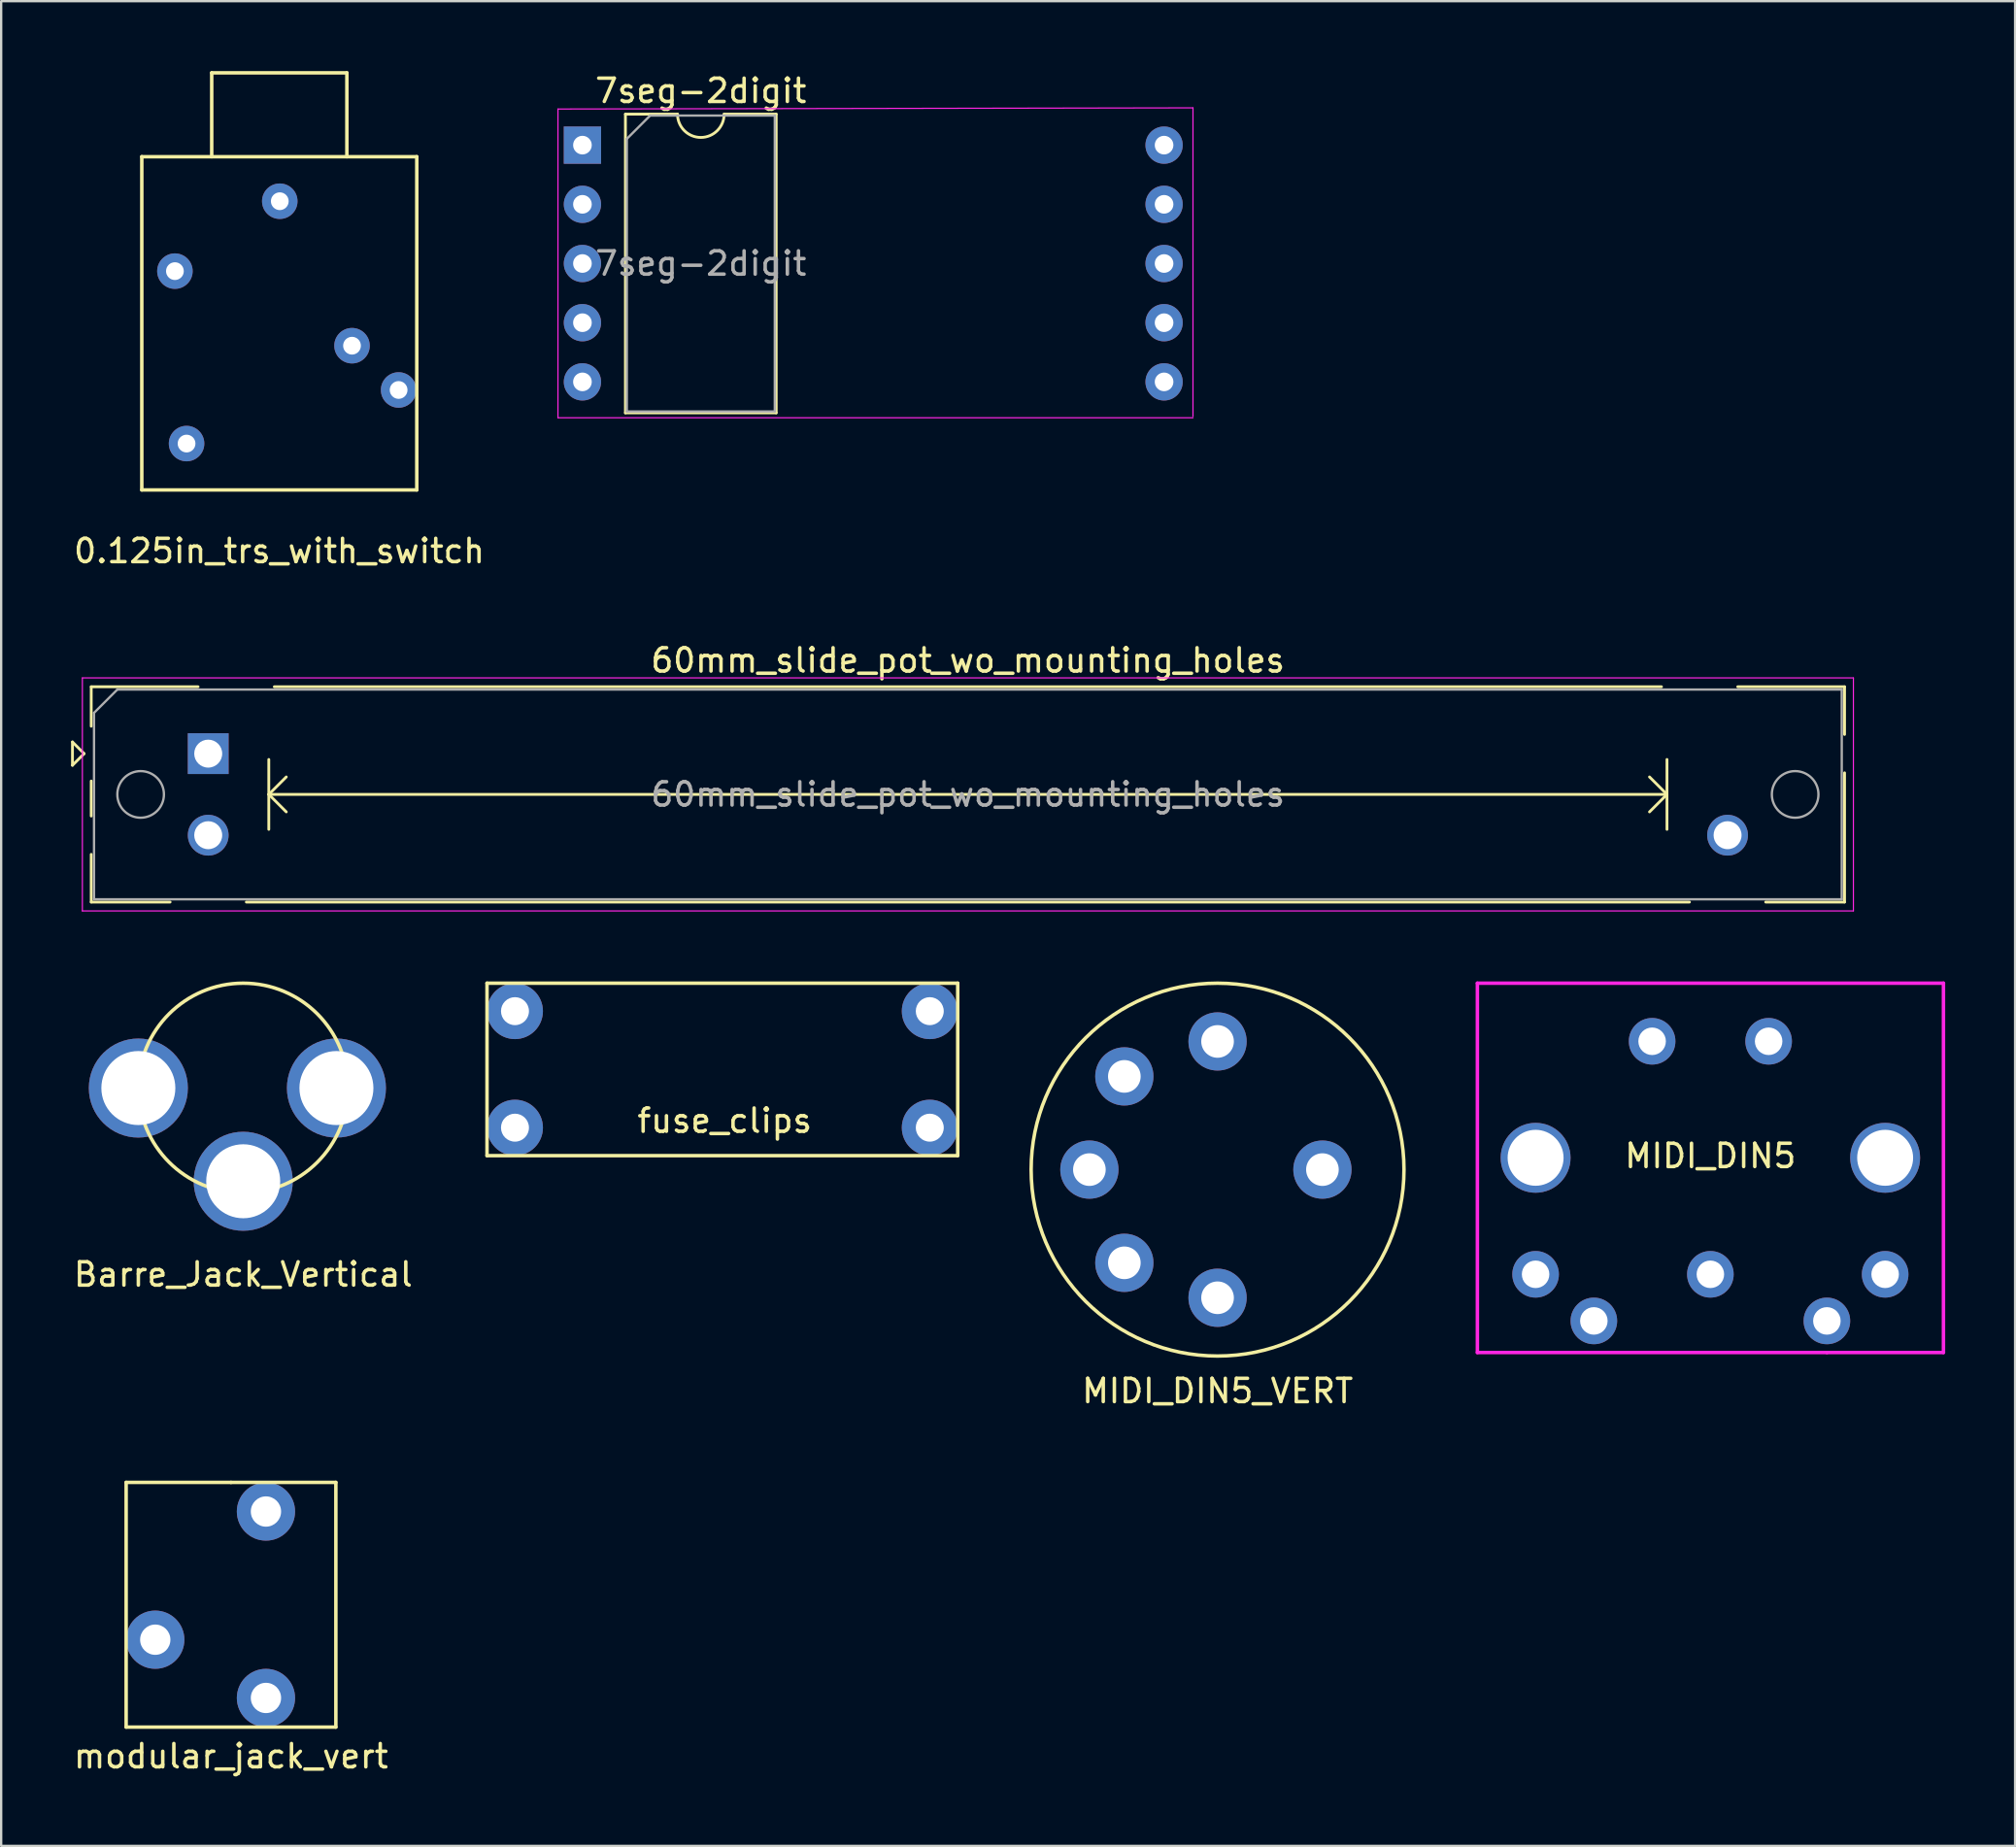
<source format=kicad_pcb>
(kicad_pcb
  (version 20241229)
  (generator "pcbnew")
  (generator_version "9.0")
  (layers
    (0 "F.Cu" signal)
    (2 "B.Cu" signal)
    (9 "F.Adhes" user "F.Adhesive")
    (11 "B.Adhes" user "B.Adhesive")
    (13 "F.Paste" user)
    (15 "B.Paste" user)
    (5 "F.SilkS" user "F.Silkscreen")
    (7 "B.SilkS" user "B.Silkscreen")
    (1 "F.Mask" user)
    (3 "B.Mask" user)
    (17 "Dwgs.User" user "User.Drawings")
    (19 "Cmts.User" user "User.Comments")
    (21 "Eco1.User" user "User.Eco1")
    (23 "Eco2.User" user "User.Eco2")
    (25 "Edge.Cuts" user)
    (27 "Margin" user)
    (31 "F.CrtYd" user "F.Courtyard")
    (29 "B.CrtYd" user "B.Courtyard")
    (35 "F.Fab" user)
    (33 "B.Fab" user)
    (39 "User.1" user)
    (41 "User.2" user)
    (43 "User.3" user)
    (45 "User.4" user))
  (footprint "60mm_slide_pot_wo_mounting_holes"
    (layer "F.Cu")
    (at 1.735 29.291)
    (property "Reference" "60mm_slide_pot_wo_mounting_holes" (at 36.75 -4 0) (layer "F.SilkS") (effects (font (size 1 1) (thickness 0.15))))
    (attr through_hole)
    (fp_line (start -1.675 -0.5) (end -1.675 0.5) (stroke (width 0.12) (type solid)) (layer "F.SilkS"))
    (fp_line (start -1.675 0.5) (end -1.175 0) (stroke (width 0.12) (type solid)) (layer "F.SilkS"))
    (fp_line (start -1.175 0) (end -1.675 -0.5) (stroke (width 0.12) (type solid)) (layer "F.SilkS"))
    (fp_line (start -0.87 -2.87) (end -0.87 -1.175) (stroke (width 0.12) (type solid)) (layer "F.SilkS"))
    (fp_line (start -0.87 -2.87) (end 3.715 -2.87) (stroke (width 0.12) (type solid)) (layer "F.SilkS"))
    (fp_line (start -0.87 1.175) (end -0.87 2.678) (stroke (width 0.12) (type solid)) (layer "F.SilkS"))
    (fp_line (start -0.87 4.323) (end -0.87 6.37) (stroke (width 0.12) (type solid)) (layer "F.SilkS"))
    (fp_line (start -0.87 6.37) (end 2.515 6.37) (stroke (width 0.12) (type solid)) (layer "F.SilkS"))
    (fp_line (start 5.786 6.37) (end 67.715 6.37) (stroke (width 0.12) (type solid)) (layer "F.SilkS"))
    (fp_line (start 6.75 0.25) (end 6.75 3.25) (stroke (width 0.12) (type solid)) (layer "F.SilkS"))
    (fp_line (start 6.75 1.75) (end 7.5 2.5) (stroke (width 0.12) (type solid)) (layer "F.SilkS"))
    (fp_line (start 6.75 1.75) (end 66.75 1.75) (stroke (width 0.12) (type solid)) (layer "F.SilkS"))
    (fp_line (start 6.986 -2.87) (end 66.515 -2.87) (stroke (width 0.12) (type solid)) (layer "F.SilkS"))
    (fp_line (start 7.5 1) (end 6.75 1.75) (stroke (width 0.12) (type solid)) (layer "F.SilkS"))
    (fp_line (start 66 1) (end 66.75 1.75) (stroke (width 0.12) (type solid)) (layer "F.SilkS"))
    (fp_line (start 66.75 0.25) (end 66.75 3.25) (stroke (width 0.12) (type solid)) (layer "F.SilkS"))
    (fp_line (start 66.75 1.75) (end 66 2.5) (stroke (width 0.12) (type solid)) (layer "F.SilkS"))
    (fp_line (start 69.786 -2.87) (end 74.37 -2.87) (stroke (width 0.12) (type solid)) (layer "F.SilkS"))
    (fp_line (start 70.986 6.37) (end 74.37 6.37) (stroke (width 0.12) (type solid)) (layer "F.SilkS"))
    (fp_line (start 74.37 -2.87) (end 74.37 -0.823) (stroke (width 0.12) (type solid)) (layer "F.SilkS"))
    (fp_line (start 74.37 0.823) (end 74.37 6.37) (stroke (width 0.12) (type solid)) (layer "F.SilkS"))
    (fp_line (start -1.25 -3.25) (end -1.25 6.75) (stroke (width 0.05) (type solid)) (layer "F.CrtYd"))
    (fp_line (start -1.25 6.75) (end 74.75 6.75) (stroke (width 0.05) (type solid)) (layer "F.CrtYd"))
    (fp_line (start 74.75 -3.25) (end -1.25 -3.25) (stroke (width 0.05) (type solid)) (layer "F.CrtYd"))
    (fp_line (start 74.75 6.75) (end 74.75 -3.25) (stroke (width 0.05) (type solid)) (layer "F.CrtYd"))
    (fp_line (start -0.75 -1.75) (end 0.25 -2.75) (stroke (width 0.1) (type solid)) (layer "F.Fab"))
    (fp_line (start -0.75 6.25) (end -0.75 -1.75) (stroke (width 0.1) (type solid)) (layer "F.Fab"))
    (fp_line (start 0.25 -2.75) (end 74.25 -2.75) (stroke (width 0.1) (type solid)) (layer "F.Fab"))
    (fp_line (start 74.25 -2.75) (end 74.25 6.25) (stroke (width 0.1) (type solid)) (layer "F.Fab"))
    (fp_line (start 74.25 6.25) (end -0.75 6.25) (stroke (width 0.1) (type solid)) (layer "F.Fab"))
    (fp_circle (center 1.25 1.75) (end 2.25 1.75) (stroke (width 0.1) (type solid)) (fill no) (layer "F.Fab"))
    (fp_circle (center 72.25 1.75) (end 73.25 1.75) (stroke (width 0.1) (type solid)) (fill no) (layer "F.Fab"))
    (fp_text user "${REFERENCE}" (at 36.75 1.75 0) (layer "F.Fab") (effects (font (size 1 1) (thickness 0.15))))
    (pad "1" thru_hole rect (at 4.15 0) (size 1.75 1.75) (drill 1.2) (layers "*.Cu" "*.Mask"))
    (pad "2" thru_hole circle (at 4.15 3.5) (size 1.75 1.75) (drill 1.2) (layers "*.Cu" "*.Mask"))
    (pad "3" thru_hole circle (at 69.35 3.5) (size 1.75 1.75) (drill 1.2) (layers "*.Cu" "*.Mask")))
  (footprint "Barre_Jack_Vertical"
    (layer "F.Cu")
    (at 7.387 43.642)
    (property "Reference" "Barre_Jack_Vertical" (at 0 8 0) (layer "F.SilkS") (effects (font (size 1 1) (thickness 0.15))))
    (attr through_hole)
    (fp_circle (center 0 0) (end 4.5 0) (stroke (width 0.15) (type solid)) (fill no) (layer "F.SilkS"))
    (pad "1" thru_hole circle (at 4 0) (size 4.25 4.25) (drill 3.175) (layers "*.Cu" "*.Mask"))
    (pad "2" thru_hole circle (at 0 4) (size 4.25 4.25) (drill 3.175) (layers "*.Cu" "*.Mask"))
    (pad "3" thru_hole circle (at -4.5 0) (size 4.25 4.25) (drill 3.175) (layers "*.Cu" "*.Mask")))
  (footprint "MIDI_DIN5_VERT"
    (layer "F.Cu")
    (at 49.199 47.142)
    (property "Reference" "MIDI_DIN5_VERT" (at 0 9.5 0) (layer "F.SilkS") (effects (font (size 1 1) (thickness 0.15))))
    (attr through_hole)
    (fp_circle (center 0 0) (end 8 0) (stroke (width 0.15) (type solid)) (fill no) (layer "F.SilkS"))
    (pad "" thru_hole circle (at 4.5 0) (size 2.5 2.5) (drill 1.4) (layers "*.Cu" "*.Mask"))
    (pad "1" thru_hole circle (at 0 5.5) (size 2.5 2.5) (drill 1.4) (layers "*.Cu" "*.Mask"))
    (pad "2" thru_hole circle (at -5.5 0) (size 2.5 2.5) (drill 1.4) (layers "*.Cu" "*.Mask"))
    (pad "3" thru_hole circle (at 0 -5.5) (size 2.5 2.5) (drill 1.4) (layers "*.Cu" "*.Mask"))
    (pad "4" thru_hole circle (at -4 4) (size 2.5 2.5) (drill 1.4) (layers "*.Cu" "*.Mask"))
    (pad "5" thru_hole circle (at -4 -4) (size 2.5 2.5) (drill 1.4) (layers "*.Cu" "*.Mask")))
  (footprint "MIDI_DIN5"
    (layer "F.Cu")
    (at 70.349 41.642)
    (property "Reference" "MIDI_DIN5" (at -0.002 4.913 180) (layer "F.SilkS") (effects (font (size 1 1) (thickness 0.15))))
    (attr through_hole)
    (fp_line (start -10 -2.5) (end 10 -2.5) (stroke (width 0.15) (type solid)) (layer "F.CrtYd"))
    (fp_line (start -10 13.35) (end -10 -2.5) (stroke (width 0.15) (type solid)) (layer "F.CrtYd"))
    (fp_line (start 5 13.35) (end -10 13.35) (stroke (width 0.15) (type solid)) (layer "F.CrtYd"))
    (fp_line (start 10 -2.5) (end 10 13.35) (stroke (width 0.15) (type solid)) (layer "F.CrtYd"))
    (fp_line (start 10 13.35) (end 5 13.35) (stroke (width 0.15) (type solid)) (layer "F.CrtYd"))
    (pad "" np_thru_hole circle (at -7.502 4.993 180) (size 3 3) (drill 2.4) (layers "*.Cu" "*.Mask"))
    (pad "" thru_hole circle (at -2.502 -0.007 180) (size 2 2) (drill 1.181) (layers "*.Cu" "*.Mask"))
    (pad "" thru_hole circle (at 2.498 -0.007 180) (size 2 2) (drill 1.181) (layers "*.Cu" "*.Mask"))
    (pad "" np_thru_hole circle (at 7.498 4.993 180) (size 3 3) (drill 2.4) (layers "*.Cu" "*.Mask"))
    (pad "1" thru_hole circle (at -7.502 9.993 180) (size 2 2) (drill 1.181) (layers "*.Cu" "*.Mask"))
    (pad "2" thru_hole circle (at -0.002 9.993 180) (size 2 2) (drill 1.181) (layers "*.Cu" "*.Mask"))
    (pad "3" thru_hole circle (at 7.498 9.993 180) (size 2 2) (drill 1.181) (layers "*.Cu" "*.Mask"))
    (pad "4" thru_hole circle (at -5.002 11.993 180) (size 2 2) (drill 1.181) (layers "*.Cu" "*.Mask"))
    (pad "5" thru_hole circle (at 4.998 11.993 180) (size 2 2) (drill 1.181) (layers "*.Cu" "*.Mask")))
  (footprint "modular_jack_vert"
    (layer "F.Cu")
    (at 6.863 65.815)
    (property "Reference" "modular_jack_vert" (at 0 6.5 0) (layer "F.SilkS") (effects (font (size 1 1) (thickness 0.15))))
    (attr through_hole)
    (fp_line (start -4.5 -5.25) (end 0 -5.25) (stroke (width 0.15) (type solid)) (layer "F.SilkS"))
    (fp_line (start -4.5 5.25) (end -4.5 -5.25) (stroke (width 0.15) (type solid)) (layer "F.SilkS"))
    (fp_line (start 0 -5.25) (end 4.5 -5.25) (stroke (width 0.15) (type solid)) (layer "F.SilkS"))
    (fp_line (start 4.5 -5.25) (end 4.5 5.25) (stroke (width 0.15) (type solid)) (layer "F.SilkS"))
    (fp_line (start 4.5 5.25) (end -4.5 5.25) (stroke (width 0.15) (type solid)) (layer "F.SilkS"))
    (pad "S" thru_hole circle (at 1.5 4) (size 2.5 2.5) (drill 1.3) (layers "*.Cu" "*.Mask"))
    (pad "T" thru_hole circle (at 1.5 -4) (size 2.5 2.5) (drill 1.3) (layers "*.Cu" "*.Mask"))
    (pad "TN" thru_hole circle (at -3.25 1.5) (size 2.5 2.5) (drill 1.3) (layers "*.Cu" "*.Mask")))
  (footprint "fuse_clips"
    (layer "F.Cu")
    (at 27.949 42.842)
    (property "Reference" "fuse_clips" (at 0.1 2.2 0) (layer "F.SilkS") (effects (font (size 1 1) (thickness 0.15))))
    (attr through_hole)
    (fp_line (start -10.1 -3.7) (end 10.1 -3.7) (stroke (width 0.15) (type solid)) (layer "F.SilkS"))
    (fp_line (start -10.1 3.7) (end -10.1 -3.7) (stroke (width 0.15) (type solid)) (layer "F.SilkS"))
    (fp_line (start 10.1 -3.7) (end 10.1 3.7) (stroke (width 0.15) (type solid)) (layer "F.SilkS"))
    (fp_line (start 10.1 3.7) (end -10.1 3.7) (stroke (width 0.15) (type solid)) (layer "F.SilkS"))
    (pad "1" thru_hole circle (at 8.9 -2.5) (size 2.4 2.4) (drill 1.2) (layers "*.Cu" "*.Mask"))
    (pad "1" thru_hole circle (at 8.9 2.5) (size 2.4 2.4) (drill 1.2) (layers "*.Cu" "*.Mask"))
    (pad "2" thru_hole circle (at -8.9 -2.5) (size 2.4 2.4) (drill 1.2) (layers "*.Cu" "*.Mask"))
    (pad "2" thru_hole circle (at -8.9 2.5) (size 2.4 2.4) (drill 1.2) (layers "*.Cu" "*.Mask")))
  (footprint "7seg-2digit"
    (layer "F.Cu")
    (at 21.944 3.178)
    (property "Reference" "7seg-2digit" (at 5.08 -2.33 0) (layer "F.SilkS") (effects (font (size 1 1) (thickness 0.15))))
    (attr through_hole)
    (fp_line (start 1.845 -1.33) (end 1.845 11.49) (stroke (width 0.12) (type solid)) (layer "F.SilkS"))
    (fp_line (start 1.845 11.49) (end 8.315 11.49) (stroke (width 0.12) (type solid)) (layer "F.SilkS"))
    (fp_line (start 4.08 -1.33) (end 1.845 -1.33) (stroke (width 0.12) (type solid)) (layer "F.SilkS"))
    (fp_line (start 8.315 -1.33) (end 6.08 -1.33) (stroke (width 0.12) (type solid)) (layer "F.SilkS"))
    (fp_line (start 8.315 11.49) (end 8.315 -1.33) (stroke (width 0.12) (type solid)) (layer "F.SilkS"))
    (fp_arc (start 6.08 -1.33) (mid 5.08 -0.33) (end 4.08 -1.33) (stroke (width 0.12) (type solid)) (layer "F.SilkS"))
    (fp_line (start -1.05 -1.55) (end -1.05 11.7) (stroke (width 0.05) (type solid)) (layer "F.CrtYd"))
    (fp_line (start -1.05 11.7) (end 26.2 11.7) (stroke (width 0.05) (type solid)) (layer "F.CrtYd"))
    (fp_line (start 26.2 -1.6) (end -1.05 -1.55) (stroke (width 0.05) (type solid)) (layer "F.CrtYd"))
    (fp_line (start 26.2 11.65) (end 26.2 -1.6) (stroke (width 0.05) (type solid)) (layer "F.CrtYd"))
    (fp_line (start 1.905 -0.27) (end 2.905 -1.27) (stroke (width 0.1) (type solid)) (layer "F.Fab"))
    (fp_line (start 1.905 11.43) (end 1.905 -0.27) (stroke (width 0.1) (type solid)) (layer "F.Fab"))
    (fp_line (start 2.905 -1.27) (end 8.255 -1.27) (stroke (width 0.1) (type solid)) (layer "F.Fab"))
    (fp_line (start 8.255 -1.27) (end 8.255 11.43) (stroke (width 0.1) (type solid)) (layer "F.Fab"))
    (fp_line (start 8.255 11.43) (end 1.905 11.43) (stroke (width 0.1) (type solid)) (layer "F.Fab"))
    (fp_text user "${REFERENCE}" (at 5.08 5.08 0) (layer "F.Fab") (effects (font (size 1 1) (thickness 0.15))))
    (pad "1" thru_hole rect (at 0 0) (size 1.6 1.6) (drill 0.8) (layers "*.Cu" "*.Mask"))
    (pad "2" thru_hole oval (at 0 2.54) (size 1.6 1.6) (drill 0.8) (layers "*.Cu" "*.Mask"))
    (pad "3" thru_hole oval (at 0 5.08) (size 1.6 1.6) (drill 0.8) (layers "*.Cu" "*.Mask"))
    (pad "4" thru_hole oval (at 0 7.62) (size 1.6 1.6) (drill 0.8) (layers "*.Cu" "*.Mask"))
    (pad "5" thru_hole oval (at 0 10.16) (size 1.6 1.6) (drill 0.8) (layers "*.Cu" "*.Mask"))
    (pad "6" thru_hole oval (at 24.96 10.16) (size 1.6 1.6) (drill 0.8) (layers "*.Cu" "*.Mask"))
    (pad "7" thru_hole oval (at 24.96 7.62) (size 1.6 1.6) (drill 0.8) (layers "*.Cu" "*.Mask"))
    (pad "8" thru_hole oval (at 24.96 5.08) (size 1.6 1.6) (drill 0.8) (layers "*.Cu" "*.Mask"))
    (pad "9" thru_hole oval (at 24.96 2.54) (size 1.6 1.6) (drill 0.8) (layers "*.Cu" "*.Mask"))
    (pad "10" thru_hole oval (at 24.96 0) (size 1.6 1.6) (drill 0.8) (layers "*.Cu" "*.Mask")))
  (footprint "0.125in_trs_with_switch"
    (layer "F.Cu")
    (at 8.935 12.975)
    (property "Reference" "0.125in_trs_with_switch" (at 0 7.62 0) (layer "F.SilkS") (effects (font (size 1 1) (thickness 0.15))))
    (attr through_hole)
    (fp_line (start -5.9 -9.3) (end -5.9 5) (stroke (width 0.15) (type solid)) (layer "F.SilkS"))
    (fp_line (start -5.9 5) (end 5.9 5) (stroke (width 0.15) (type solid)) (layer "F.SilkS"))
    (fp_line (start -2.9 -12.9) (end 2.9 -12.9) (stroke (width 0.15) (type solid)) (layer "F.SilkS"))
    (fp_line (start -2.9 -9.3) (end -2.9 -12.9) (stroke (width 0.15) (type solid)) (layer "F.SilkS"))
    (fp_line (start 2.9 -12.9) (end 2.9 -9.3) (stroke (width 0.15) (type solid)) (layer "F.SilkS"))
    (fp_line (start 5.9 -9.3) (end -5.9 -9.3) (stroke (width 0.15) (type solid)) (layer "F.SilkS"))
    (fp_line (start 5.9 5) (end 5.9 -9.3) (stroke (width 0.15) (type solid)) (layer "F.SilkS"))
    (pad "1" thru_hole circle (at 0.021 -7.39) (size 1.524 1.524) (drill 0.762) (layers "*.Cu" "*.Mask"))
    (pad "2" thru_hole circle (at -4.479 -4.39) (size 1.524 1.524) (drill 0.762) (layers "*.Cu" "*.Mask"))
    (pad "3" thru_hole circle (at -3.979 3.01) (size 1.524 1.524) (drill 0.762) (layers "*.Cu" "*.Mask"))
    (pad "4" thru_hole circle (at 5.121 0.71) (size 1.524 1.524) (drill 0.762) (layers "*.Cu" "*.Mask"))
    (pad "5" thru_hole circle (at 3.121 -1.19) (size 1.524 1.524) (drill 0.762) (layers "*.Cu" "*.Mask")))
  (gr_rect
    (start -3 -3)
    (end 83.424 76.163)
    (stroke (width 0.1) (type default))
    (fill no)
    (layer "Edge.Cuts")))
</source>
